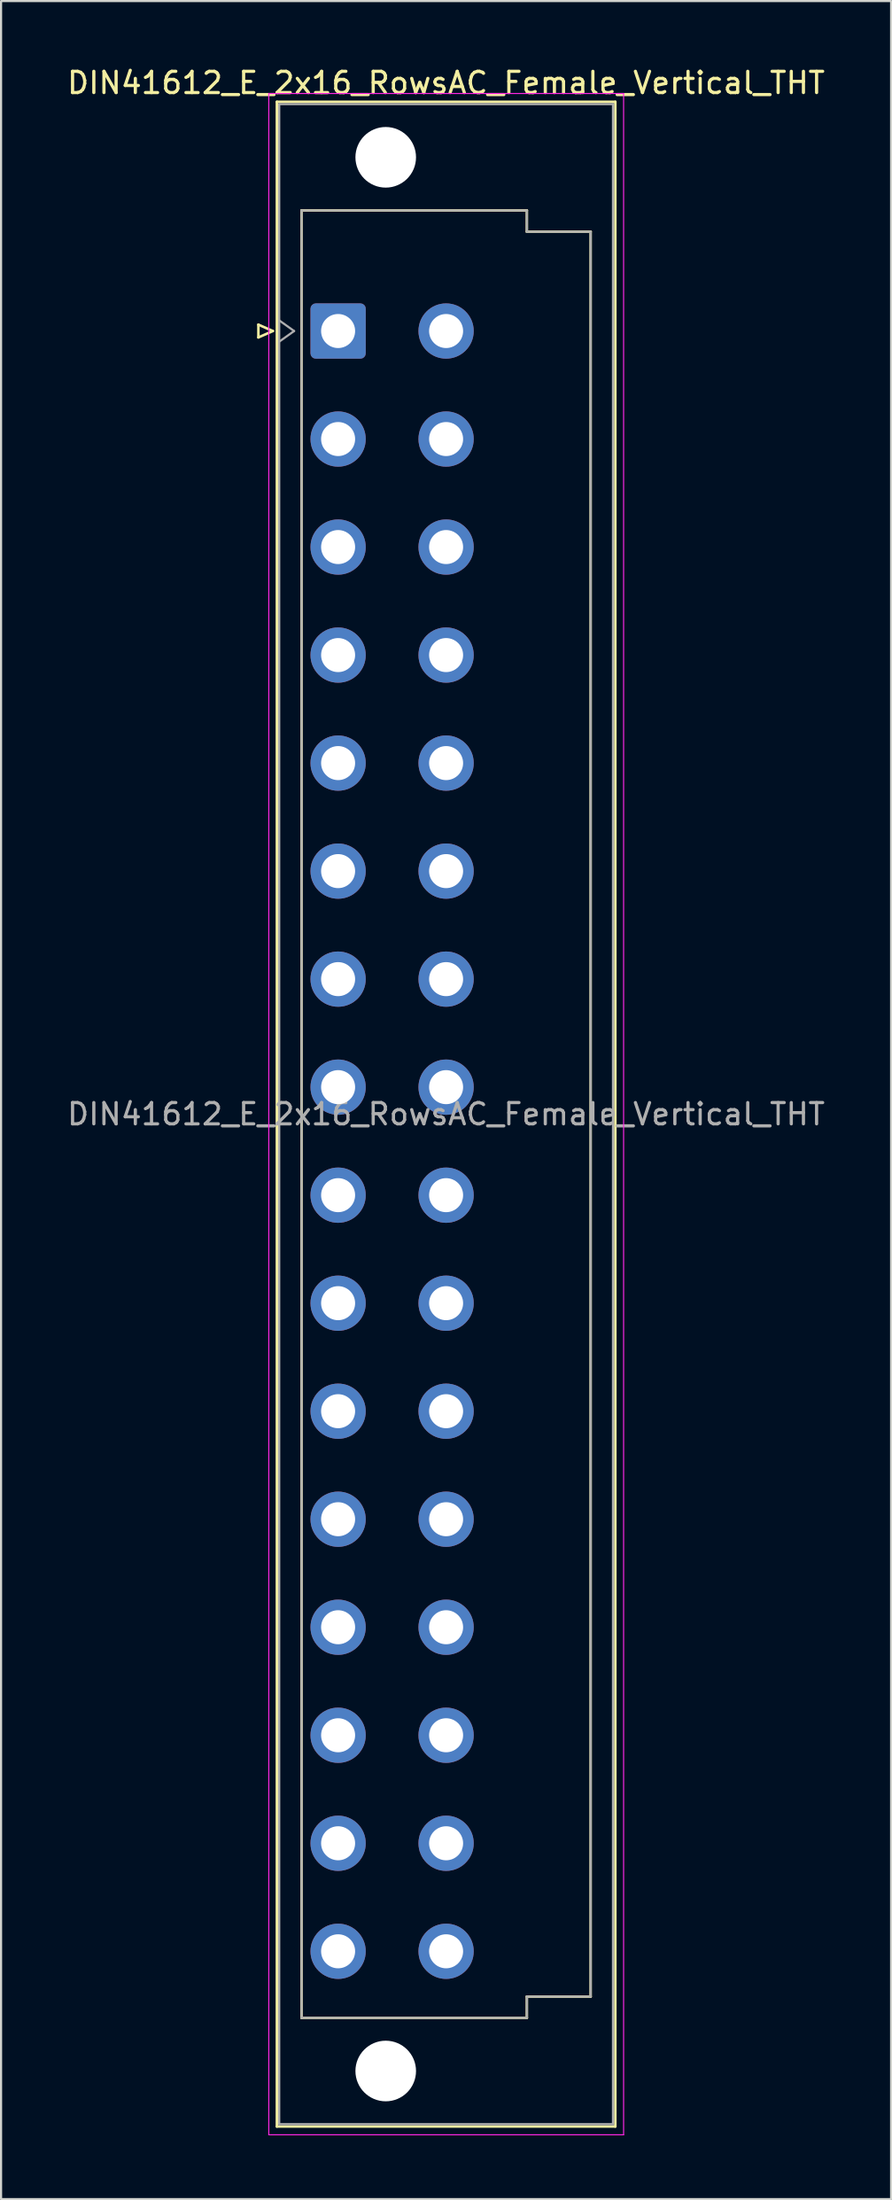
<source format=kicad_pcb>
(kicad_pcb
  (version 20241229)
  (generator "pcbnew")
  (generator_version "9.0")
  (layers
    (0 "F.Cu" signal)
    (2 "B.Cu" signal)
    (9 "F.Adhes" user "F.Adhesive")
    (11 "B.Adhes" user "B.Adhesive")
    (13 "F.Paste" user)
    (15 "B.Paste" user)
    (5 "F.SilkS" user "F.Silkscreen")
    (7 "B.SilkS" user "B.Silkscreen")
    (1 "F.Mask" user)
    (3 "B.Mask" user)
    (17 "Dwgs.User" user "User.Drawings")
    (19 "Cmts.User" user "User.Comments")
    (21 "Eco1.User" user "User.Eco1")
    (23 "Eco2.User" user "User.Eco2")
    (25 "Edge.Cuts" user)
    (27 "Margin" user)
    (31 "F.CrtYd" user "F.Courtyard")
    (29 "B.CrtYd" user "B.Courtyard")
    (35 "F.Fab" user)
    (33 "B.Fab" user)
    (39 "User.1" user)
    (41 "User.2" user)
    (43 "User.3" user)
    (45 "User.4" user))
  (footprint "DIN41612_E_2x16_RowsAC_Female_Vertical_THT"
    (layer "F.Cu")
    (at 12.855 9.978)
    (property "Reference" "DIN41612_E_2x16_RowsAC_Female_Vertical_THT" (at 5.08 -9.13 0) (layer "F.SilkS") (effects (font (size 1 1) (thickness 0.15))))
    (attr through_hole)
    (fp_line (start -3.75 2.24) (end -3.75 2.84) (stroke (width 0.12) (type solid)) (layer "F.SilkS"))
    (fp_line (start -3.75 2.84) (end -3.07 2.54) (stroke (width 0.12) (type solid)) (layer "F.SilkS"))
    (fp_line (start -3.07 2.54) (end -3.75 2.24) (stroke (width 0.12) (type solid)) (layer "F.SilkS"))
    (fp_line (start -2.88 -8.24) (end 13.04 -8.24) (stroke (width 0.12) (type solid)) (layer "F.SilkS"))
    (fp_line (start -2.88 86.98) (end -2.88 -8.24) (stroke (width 0.12) (type solid)) (layer "F.SilkS"))
    (fp_line (start -1.72 -3.131) (end 8.88 -3.131) (stroke (width 0.12) (type solid)) (layer "F.SilkS"))
    (fp_line (start -1.72 81.87) (end -1.72 -3.131) (stroke (width 0.12) (type solid)) (layer "F.SilkS"))
    (fp_line (start 8.88 -3.131) (end 8.88 -2.131) (stroke (width 0.12) (type solid)) (layer "F.SilkS"))
    (fp_line (start 8.88 -2.131) (end 11.88 -2.131) (stroke (width 0.12) (type solid)) (layer "F.SilkS"))
    (fp_line (start 8.88 80.87) (end 8.88 81.87) (stroke (width 0.12) (type solid)) (layer "F.SilkS"))
    (fp_line (start 8.88 81.87) (end -1.72 81.87) (stroke (width 0.12) (type solid)) (layer "F.SilkS"))
    (fp_line (start 11.88 -2.131) (end 11.88 80.87) (stroke (width 0.12) (type solid)) (layer "F.SilkS"))
    (fp_line (start 11.88 80.87) (end 8.88 80.87) (stroke (width 0.12) (type solid)) (layer "F.SilkS"))
    (fp_line (start 13.04 -8.24) (end 13.04 86.98) (stroke (width 0.12) (type solid)) (layer "F.SilkS"))
    (fp_line (start 13.04 86.98) (end -2.88 86.98) (stroke (width 0.12) (type solid)) (layer "F.SilkS"))
    (fp_line (start -3.26 -8.63) (end 13.43 -8.63) (stroke (width 0.05) (type solid)) (layer "F.CrtYd"))
    (fp_line (start -3.26 87.37) (end -3.26 -8.63) (stroke (width 0.05) (type solid)) (layer "F.CrtYd"))
    (fp_line (start 13.43 -8.63) (end 13.43 87.37) (stroke (width 0.05) (type solid)) (layer "F.CrtYd"))
    (fp_line (start 13.43 87.37) (end -3.26 87.37) (stroke (width 0.05) (type solid)) (layer "F.CrtYd"))
    (fp_line (start -2.77 -8.13) (end 12.93 -8.13) (stroke (width 0.1) (type solid)) (layer "F.Fab"))
    (fp_line (start -2.77 2.04) (end -2.07 2.54) (stroke (width 0.1) (type solid)) (layer "F.Fab"))
    (fp_line (start -2.77 86.87) (end -2.77 -8.13) (stroke (width 0.1) (type solid)) (layer "F.Fab"))
    (fp_line (start -2.07 2.54) (end -2.77 3.04) (stroke (width 0.1) (type solid)) (layer "F.Fab"))
    (fp_line (start -1.72 -3.13) (end 8.88 -3.13) (stroke (width 0.1) (type solid)) (layer "F.Fab"))
    (fp_line (start -1.72 81.87) (end -1.72 -3.13) (stroke (width 0.1) (type solid)) (layer "F.Fab"))
    (fp_line (start 8.88 -3.13) (end 8.88 -2.13) (stroke (width 0.1) (type solid)) (layer "F.Fab"))
    (fp_line (start 8.88 -2.13) (end 11.88 -2.13) (stroke (width 0.1) (type solid)) (layer "F.Fab"))
    (fp_line (start 8.88 80.87) (end 8.88 81.87) (stroke (width 0.1) (type solid)) (layer "F.Fab"))
    (fp_line (start 8.88 81.87) (end -1.72 81.87) (stroke (width 0.1) (type solid)) (layer "F.Fab"))
    (fp_line (start 11.88 -2.13) (end 11.88 80.87) (stroke (width 0.1) (type solid)) (layer "F.Fab"))
    (fp_line (start 11.88 80.87) (end 8.88 80.87) (stroke (width 0.1) (type solid)) (layer "F.Fab"))
    (fp_line (start 12.93 -8.13) (end 12.93 86.87) (stroke (width 0.1) (type solid)) (layer "F.Fab"))
    (fp_line (start 12.93 86.87) (end -2.77 86.87) (stroke (width 0.1) (type solid)) (layer "F.Fab"))
    (fp_text user "${REFERENCE}" (at 5.08 39.37 0) (layer "F.Fab") (effects (font (size 1 1) (thickness 0.15))))
    (pad "" np_thru_hole circle (at 2.24 -5.63) (size 2.85 2.85) (drill 2.85) (layers "*.Cu" "*.Mask"))
    (pad "" np_thru_hole circle (at 2.24 84.37) (size 2.85 2.85) (drill 2.85) (layers "*.Cu" "*.Mask"))
    (pad "a2" thru_hole roundrect (at 0 2.54) (size 2.6 2.6) (drill 1.6) (layers "*.Cu" "*.Mask") (roundrect_rratio 0.096))
    (pad "a4" thru_hole circle (at 0 7.62) (size 2.6 2.6) (drill 1.6) (layers "*.Cu" "*.Mask"))
    (pad "a6" thru_hole circle (at 0 12.7) (size 2.6 2.6) (drill 1.6) (layers "*.Cu" "*.Mask"))
    (pad "a8" thru_hole circle (at 0 17.78) (size 2.6 2.6) (drill 1.6) (layers "*.Cu" "*.Mask"))
    (pad "a10" thru_hole circle (at 0 22.86) (size 2.6 2.6) (drill 1.6) (layers "*.Cu" "*.Mask"))
    (pad "a12" thru_hole circle (at 0 27.94) (size 2.6 2.6) (drill 1.6) (layers "*.Cu" "*.Mask"))
    (pad "a14" thru_hole circle (at 0 33.02) (size 2.6 2.6) (drill 1.6) (layers "*.Cu" "*.Mask"))
    (pad "a16" thru_hole circle (at 0 38.1) (size 2.6 2.6) (drill 1.6) (layers "*.Cu" "*.Mask"))
    (pad "a18" thru_hole circle (at 0 43.18) (size 2.6 2.6) (drill 1.6) (layers "*.Cu" "*.Mask"))
    (pad "a20" thru_hole circle (at 0 48.26) (size 2.6 2.6) (drill 1.6) (layers "*.Cu" "*.Mask"))
    (pad "a22" thru_hole circle (at 0 53.34) (size 2.6 2.6) (drill 1.6) (layers "*.Cu" "*.Mask"))
    (pad "a24" thru_hole circle (at 0 58.42) (size 2.6 2.6) (drill 1.6) (layers "*.Cu" "*.Mask"))
    (pad "a26" thru_hole circle (at 0 63.5) (size 2.6 2.6) (drill 1.6) (layers "*.Cu" "*.Mask"))
    (pad "a28" thru_hole circle (at 0 68.58) (size 2.6 2.6) (drill 1.6) (layers "*.Cu" "*.Mask"))
    (pad "a30" thru_hole circle (at 0 73.66) (size 2.6 2.6) (drill 1.6) (layers "*.Cu" "*.Mask"))
    (pad "a32" thru_hole circle (at 0 78.74) (size 2.6 2.6) (drill 1.6) (layers "*.Cu" "*.Mask"))
    (pad "c2" thru_hole circle (at 5.08 2.54) (size 2.6 2.6) (drill 1.6) (layers "*.Cu" "*.Mask"))
    (pad "c4" thru_hole circle (at 5.08 7.62) (size 2.6 2.6) (drill 1.6) (layers "*.Cu" "*.Mask"))
    (pad "c6" thru_hole circle (at 5.08 12.7) (size 2.6 2.6) (drill 1.6) (layers "*.Cu" "*.Mask"))
    (pad "c8" thru_hole circle (at 5.08 17.78) (size 2.6 2.6) (drill 1.6) (layers "*.Cu" "*.Mask"))
    (pad "c10" thru_hole circle (at 5.08 22.86) (size 2.6 2.6) (drill 1.6) (layers "*.Cu" "*.Mask"))
    (pad "c12" thru_hole circle (at 5.08 27.94) (size 2.6 2.6) (drill 1.6) (layers "*.Cu" "*.Mask"))
    (pad "c14" thru_hole circle (at 5.08 33.02) (size 2.6 2.6) (drill 1.6) (layers "*.Cu" "*.Mask"))
    (pad "c16" thru_hole circle (at 5.08 38.1) (size 2.6 2.6) (drill 1.6) (layers "*.Cu" "*.Mask"))
    (pad "c18" thru_hole circle (at 5.08 43.18) (size 2.6 2.6) (drill 1.6) (layers "*.Cu" "*.Mask"))
    (pad "c20" thru_hole circle (at 5.08 48.26) (size 2.6 2.6) (drill 1.6) (layers "*.Cu" "*.Mask"))
    (pad "c22" thru_hole circle (at 5.08 53.34) (size 2.6 2.6) (drill 1.6) (layers "*.Cu" "*.Mask"))
    (pad "c24" thru_hole circle (at 5.08 58.42) (size 2.6 2.6) (drill 1.6) (layers "*.Cu" "*.Mask"))
    (pad "c26" thru_hole circle (at 5.08 63.5) (size 2.6 2.6) (drill 1.6) (layers "*.Cu" "*.Mask"))
    (pad "c28" thru_hole circle (at 5.08 68.58) (size 2.6 2.6) (drill 1.6) (layers "*.Cu" "*.Mask"))
    (pad "c30" thru_hole circle (at 5.08 73.66) (size 2.6 2.6) (drill 1.6) (layers "*.Cu" "*.Mask"))
    (pad "c32" thru_hole circle (at 5.08 78.74) (size 2.6 2.6) (drill 1.6) (layers "*.Cu" "*.Mask")))
  (gr_rect
    (start -3 -3)
    (end 38.869 100.373)
    (stroke (width 0.1) (type default))
    (fill no)
    (layer "Edge.Cuts")))
</source>
